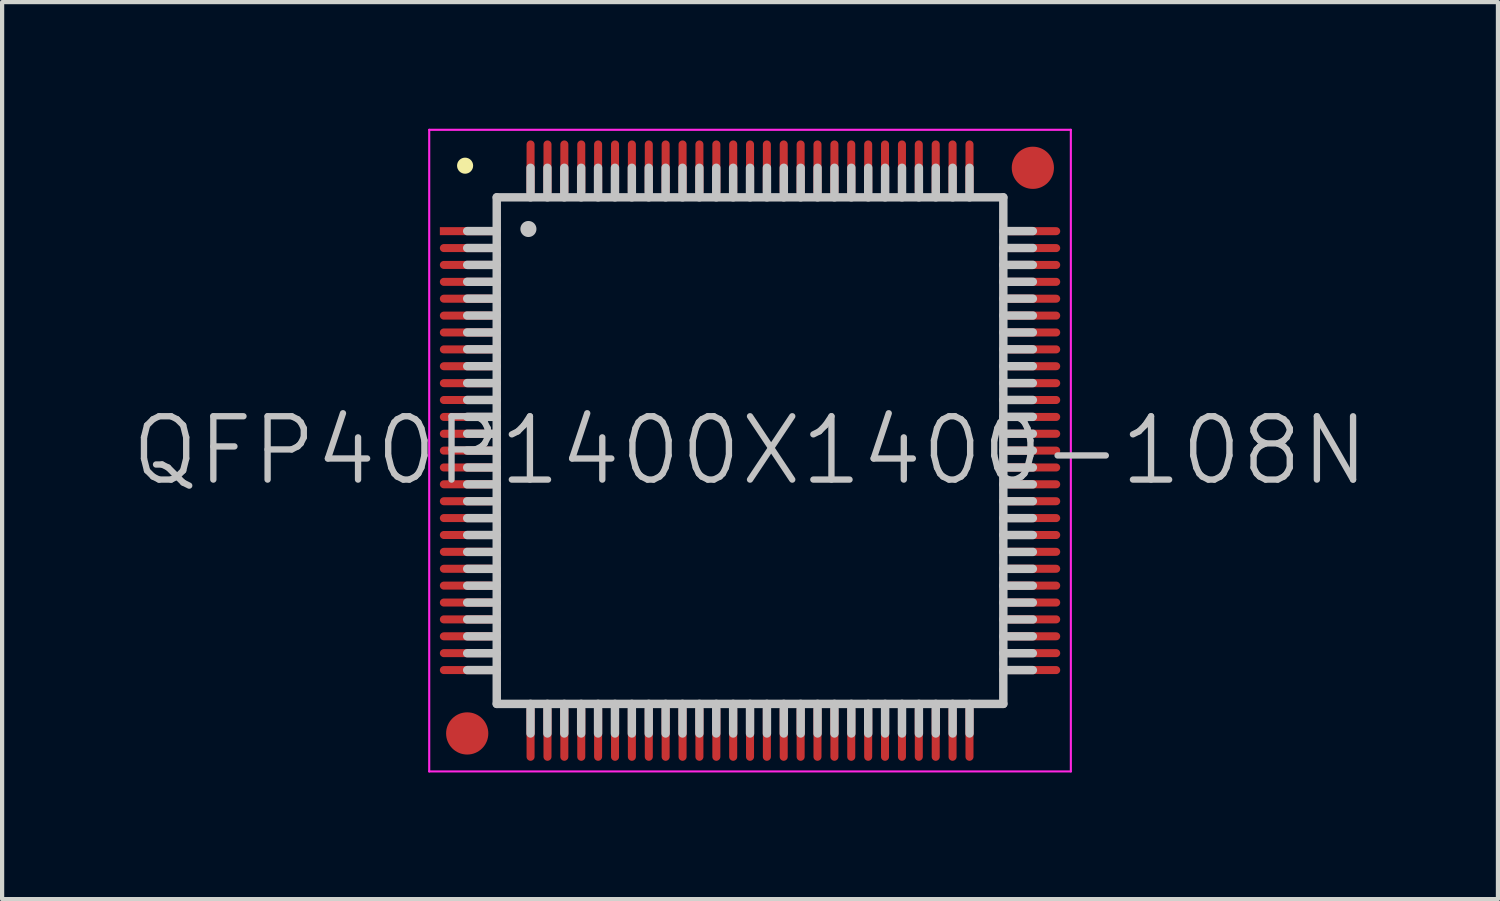
<source format=kicad_pcb>
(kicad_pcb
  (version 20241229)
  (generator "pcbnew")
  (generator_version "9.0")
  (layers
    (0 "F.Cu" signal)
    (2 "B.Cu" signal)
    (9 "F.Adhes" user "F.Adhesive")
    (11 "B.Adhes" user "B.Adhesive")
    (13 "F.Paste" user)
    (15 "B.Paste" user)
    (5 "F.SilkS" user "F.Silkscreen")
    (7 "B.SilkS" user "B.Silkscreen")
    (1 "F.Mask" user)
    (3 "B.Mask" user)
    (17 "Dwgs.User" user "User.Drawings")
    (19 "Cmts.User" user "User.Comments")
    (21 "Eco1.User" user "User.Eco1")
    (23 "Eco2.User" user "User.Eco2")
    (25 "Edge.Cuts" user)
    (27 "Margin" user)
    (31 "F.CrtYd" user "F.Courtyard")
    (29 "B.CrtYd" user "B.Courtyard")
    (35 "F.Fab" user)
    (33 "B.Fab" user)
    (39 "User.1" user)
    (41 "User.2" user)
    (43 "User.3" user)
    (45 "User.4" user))
  (footprint "QFP40P1400X1400-108N"
    (layer "F.Cu")
    (at 14.718 7.625)
    (property "Reference" "QFP40P1400X1400-108N" (at 0 0 0) (layer "Dwgs.User") (effects (font (size 1.5 1.5) (thickness 0.15))))
    (attr smd)
    (fp_line (start -6.75 -6.75) (end -6.75 -6.75) (stroke (width 0.381) (type solid)) (layer "F.SilkS"))
    (fp_line (start -6 -6) (end -6 6) (stroke (width 0.2) (type solid)) (layer "Dwgs.User"))
    (fp_line (start -6 -6) (end 6 -6) (stroke (width 0.2) (type solid)) (layer "Dwgs.User"))
    (fp_line (start -6 -5.2) (end -6.7 -5.2) (stroke (width 0.2) (type solid)) (layer "Dwgs.User"))
    (fp_line (start -6 -4.8) (end -6.7 -4.8) (stroke (width 0.2) (type solid)) (layer "Dwgs.User"))
    (fp_line (start -6 -4.4) (end -6.7 -4.4) (stroke (width 0.2) (type solid)) (layer "Dwgs.User"))
    (fp_line (start -6 -4) (end -6.7 -4) (stroke (width 0.2) (type solid)) (layer "Dwgs.User"))
    (fp_line (start -6 -3.6) (end -6.7 -3.6) (stroke (width 0.2) (type solid)) (layer "Dwgs.User"))
    (fp_line (start -6 -3.2) (end -6.7 -3.2) (stroke (width 0.2) (type solid)) (layer "Dwgs.User"))
    (fp_line (start -6 -2.8) (end -6.7 -2.8) (stroke (width 0.2) (type solid)) (layer "Dwgs.User"))
    (fp_line (start -6 -2.4) (end -6.7 -2.4) (stroke (width 0.2) (type solid)) (layer "Dwgs.User"))
    (fp_line (start -6 -2) (end -6.7 -2) (stroke (width 0.2) (type solid)) (layer "Dwgs.User"))
    (fp_line (start -6 -1.6) (end -6.7 -1.6) (stroke (width 0.2) (type solid)) (layer "Dwgs.User"))
    (fp_line (start -6 -1.2) (end -6.7 -1.2) (stroke (width 0.2) (type solid)) (layer "Dwgs.User"))
    (fp_line (start -6 -0.8) (end -6.7 -0.8) (stroke (width 0.2) (type solid)) (layer "Dwgs.User"))
    (fp_line (start -6 -0.4) (end -6.7 -0.4) (stroke (width 0.2) (type solid)) (layer "Dwgs.User"))
    (fp_line (start -6 0) (end -6.7 0) (stroke (width 0.2) (type solid)) (layer "Dwgs.User"))
    (fp_line (start -6 0.4) (end -6.7 0.4) (stroke (width 0.2) (type solid)) (layer "Dwgs.User"))
    (fp_line (start -6 0.8) (end -6.7 0.8) (stroke (width 0.2) (type solid)) (layer "Dwgs.User"))
    (fp_line (start -6 1.2) (end -6.7 1.2) (stroke (width 0.2) (type solid)) (layer "Dwgs.User"))
    (fp_line (start -6 1.6) (end -6.7 1.6) (stroke (width 0.2) (type solid)) (layer "Dwgs.User"))
    (fp_line (start -6 2) (end -6.7 2) (stroke (width 0.2) (type solid)) (layer "Dwgs.User"))
    (fp_line (start -6 2.4) (end -6.7 2.4) (stroke (width 0.2) (type solid)) (layer "Dwgs.User"))
    (fp_line (start -6 2.8) (end -6.7 2.8) (stroke (width 0.2) (type solid)) (layer "Dwgs.User"))
    (fp_line (start -6 3.2) (end -6.7 3.2) (stroke (width 0.2) (type solid)) (layer "Dwgs.User"))
    (fp_line (start -6 3.6) (end -6.7 3.6) (stroke (width 0.2) (type solid)) (layer "Dwgs.User"))
    (fp_line (start -6 4) (end -6.7 4) (stroke (width 0.2) (type solid)) (layer "Dwgs.User"))
    (fp_line (start -6 4.4) (end -6.7 4.4) (stroke (width 0.2) (type solid)) (layer "Dwgs.User"))
    (fp_line (start -6 4.8) (end -6.7 4.8) (stroke (width 0.2) (type solid)) (layer "Dwgs.User"))
    (fp_line (start -6 5.2) (end -6.7 5.2) (stroke (width 0.2) (type solid)) (layer "Dwgs.User"))
    (fp_line (start -6 6) (end 6 6) (stroke (width 0.2) (type solid)) (layer "Dwgs.User"))
    (fp_line (start -5.25 -5.25) (end -5.25 -5.25) (stroke (width 0.381) (type solid)) (layer "Dwgs.User"))
    (fp_line (start -5.2 -6) (end -5.2 -6.7) (stroke (width 0.2) (type solid)) (layer "Dwgs.User"))
    (fp_line (start -5.2 6.7) (end -5.2 6) (stroke (width 0.2) (type solid)) (layer "Dwgs.User"))
    (fp_line (start -4.8 -6) (end -4.8 -6.7) (stroke (width 0.2) (type solid)) (layer "Dwgs.User"))
    (fp_line (start -4.8 6.7) (end -4.8 6) (stroke (width 0.2) (type solid)) (layer "Dwgs.User"))
    (fp_line (start -4.4 -6) (end -4.4 -6.7) (stroke (width 0.2) (type solid)) (layer "Dwgs.User"))
    (fp_line (start -4.4 6.7) (end -4.4 6) (stroke (width 0.2) (type solid)) (layer "Dwgs.User"))
    (fp_line (start -4 -6) (end -4 -6.7) (stroke (width 0.2) (type solid)) (layer "Dwgs.User"))
    (fp_line (start -4 6.7) (end -4 6) (stroke (width 0.2) (type solid)) (layer "Dwgs.User"))
    (fp_line (start -3.6 -6) (end -3.6 -6.7) (stroke (width 0.2) (type solid)) (layer "Dwgs.User"))
    (fp_line (start -3.6 6.7) (end -3.6 6) (stroke (width 0.2) (type solid)) (layer "Dwgs.User"))
    (fp_line (start -3.2 -6) (end -3.2 -6.7) (stroke (width 0.2) (type solid)) (layer "Dwgs.User"))
    (fp_line (start -3.2 6.7) (end -3.2 6) (stroke (width 0.2) (type solid)) (layer "Dwgs.User"))
    (fp_line (start -2.8 -6) (end -2.8 -6.7) (stroke (width 0.2) (type solid)) (layer "Dwgs.User"))
    (fp_line (start -2.8 6.7) (end -2.8 6) (stroke (width 0.2) (type solid)) (layer "Dwgs.User"))
    (fp_line (start -2.4 -6) (end -2.4 -6.7) (stroke (width 0.2) (type solid)) (layer "Dwgs.User"))
    (fp_line (start -2.4 6.7) (end -2.4 6) (stroke (width 0.2) (type solid)) (layer "Dwgs.User"))
    (fp_line (start -2 -6) (end -2 -6.7) (stroke (width 0.2) (type solid)) (layer "Dwgs.User"))
    (fp_line (start -2 6.7) (end -2 6) (stroke (width 0.2) (type solid)) (layer "Dwgs.User"))
    (fp_line (start -1.6 -6) (end -1.6 -6.7) (stroke (width 0.2) (type solid)) (layer "Dwgs.User"))
    (fp_line (start -1.6 6.7) (end -1.6 6) (stroke (width 0.2) (type solid)) (layer "Dwgs.User"))
    (fp_line (start -1.2 -6) (end -1.2 -6.7) (stroke (width 0.2) (type solid)) (layer "Dwgs.User"))
    (fp_line (start -1.2 6.7) (end -1.2 6) (stroke (width 0.2) (type solid)) (layer "Dwgs.User"))
    (fp_line (start -0.8 -6) (end -0.8 -6.7) (stroke (width 0.2) (type solid)) (layer "Dwgs.User"))
    (fp_line (start -0.8 6.7) (end -0.8 6) (stroke (width 0.2) (type solid)) (layer "Dwgs.User"))
    (fp_line (start -0.4 -6) (end -0.4 -6.7) (stroke (width 0.2) (type solid)) (layer "Dwgs.User"))
    (fp_line (start -0.4 6.7) (end -0.4 6) (stroke (width 0.2) (type solid)) (layer "Dwgs.User"))
    (fp_line (start 0 -6) (end 0 -6.7) (stroke (width 0.2) (type solid)) (layer "Dwgs.User"))
    (fp_line (start 0 6.7) (end 0 6) (stroke (width 0.2) (type solid)) (layer "Dwgs.User"))
    (fp_line (start 0.4 -6) (end 0.4 -6.7) (stroke (width 0.2) (type solid)) (layer "Dwgs.User"))
    (fp_line (start 0.4 6.7) (end 0.4 6) (stroke (width 0.2) (type solid)) (layer "Dwgs.User"))
    (fp_line (start 0.8 -6) (end 0.8 -6.7) (stroke (width 0.2) (type solid)) (layer "Dwgs.User"))
    (fp_line (start 0.8 6.7) (end 0.8 6) (stroke (width 0.2) (type solid)) (layer "Dwgs.User"))
    (fp_line (start 1.2 -6) (end 1.2 -6.7) (stroke (width 0.2) (type solid)) (layer "Dwgs.User"))
    (fp_line (start 1.2 6.7) (end 1.2 6) (stroke (width 0.2) (type solid)) (layer "Dwgs.User"))
    (fp_line (start 1.6 -6) (end 1.6 -6.7) (stroke (width 0.2) (type solid)) (layer "Dwgs.User"))
    (fp_line (start 1.6 6.7) (end 1.6 6) (stroke (width 0.2) (type solid)) (layer "Dwgs.User"))
    (fp_line (start 2 -6) (end 2 -6.7) (stroke (width 0.2) (type solid)) (layer "Dwgs.User"))
    (fp_line (start 2 6.7) (end 2 6) (stroke (width 0.2) (type solid)) (layer "Dwgs.User"))
    (fp_line (start 2.4 -6) (end 2.4 -6.7) (stroke (width 0.2) (type solid)) (layer "Dwgs.User"))
    (fp_line (start 2.4 6.7) (end 2.4 6) (stroke (width 0.2) (type solid)) (layer "Dwgs.User"))
    (fp_line (start 2.8 -6) (end 2.8 -6.7) (stroke (width 0.2) (type solid)) (layer "Dwgs.User"))
    (fp_line (start 2.8 6.7) (end 2.8 6) (stroke (width 0.2) (type solid)) (layer "Dwgs.User"))
    (fp_line (start 3.2 -6) (end 3.2 -6.7) (stroke (width 0.2) (type solid)) (layer "Dwgs.User"))
    (fp_line (start 3.2 6.7) (end 3.2 6) (stroke (width 0.2) (type solid)) (layer "Dwgs.User"))
    (fp_line (start 3.6 -6) (end 3.6 -6.7) (stroke (width 0.2) (type solid)) (layer "Dwgs.User"))
    (fp_line (start 3.6 6.7) (end 3.6 6) (stroke (width 0.2) (type solid)) (layer "Dwgs.User"))
    (fp_line (start 4 -6) (end 4 -6.7) (stroke (width 0.2) (type solid)) (layer "Dwgs.User"))
    (fp_line (start 4 6.7) (end 4 6) (stroke (width 0.2) (type solid)) (layer "Dwgs.User"))
    (fp_line (start 4.4 -6) (end 4.4 -6.7) (stroke (width 0.2) (type solid)) (layer "Dwgs.User"))
    (fp_line (start 4.4 6.7) (end 4.4 6) (stroke (width 0.2) (type solid)) (layer "Dwgs.User"))
    (fp_line (start 4.8 -6) (end 4.8 -6.7) (stroke (width 0.2) (type solid)) (layer "Dwgs.User"))
    (fp_line (start 4.8 6.7) (end 4.8 6) (stroke (width 0.2) (type solid)) (layer "Dwgs.User"))
    (fp_line (start 5.2 -6) (end 5.2 -6.7) (stroke (width 0.2) (type solid)) (layer "Dwgs.User"))
    (fp_line (start 5.2 6.7) (end 5.2 6) (stroke (width 0.2) (type solid)) (layer "Dwgs.User"))
    (fp_line (start 6 -6) (end 6 6) (stroke (width 0.2) (type solid)) (layer "Dwgs.User"))
    (fp_line (start 6.7 -5.2) (end 6 -5.2) (stroke (width 0.2) (type solid)) (layer "Dwgs.User"))
    (fp_line (start 6.7 -4.8) (end 6 -4.8) (stroke (width 0.2) (type solid)) (layer "Dwgs.User"))
    (fp_line (start 6.7 -4.4) (end 6 -4.4) (stroke (width 0.2) (type solid)) (layer "Dwgs.User"))
    (fp_line (start 6.7 -4) (end 6 -4) (stroke (width 0.2) (type solid)) (layer "Dwgs.User"))
    (fp_line (start 6.7 -3.6) (end 6 -3.6) (stroke (width 0.2) (type solid)) (layer "Dwgs.User"))
    (fp_line (start 6.7 -3.2) (end 6 -3.2) (stroke (width 0.2) (type solid)) (layer "Dwgs.User"))
    (fp_line (start 6.7 -2.8) (end 6 -2.8) (stroke (width 0.2) (type solid)) (layer "Dwgs.User"))
    (fp_line (start 6.7 -2.4) (end 6 -2.4) (stroke (width 0.2) (type solid)) (layer "Dwgs.User"))
    (fp_line (start 6.7 -2) (end 6 -2) (stroke (width 0.2) (type solid)) (layer "Dwgs.User"))
    (fp_line (start 6.7 -1.6) (end 6 -1.6) (stroke (width 0.2) (type solid)) (layer "Dwgs.User"))
    (fp_line (start 6.7 -1.2) (end 6 -1.2) (stroke (width 0.2) (type solid)) (layer "Dwgs.User"))
    (fp_line (start 6.7 -0.8) (end 6 -0.8) (stroke (width 0.2) (type solid)) (layer "Dwgs.User"))
    (fp_line (start 6.7 -0.4) (end 6 -0.4) (stroke (width 0.2) (type solid)) (layer "Dwgs.User"))
    (fp_line (start 6.7 0) (end 6 0) (stroke (width 0.2) (type solid)) (layer "Dwgs.User"))
    (fp_line (start 6.7 0.4) (end 6 0.4) (stroke (width 0.2) (type solid)) (layer "Dwgs.User"))
    (fp_line (start 6.7 0.8) (end 6 0.8) (stroke (width 0.2) (type solid)) (layer "Dwgs.User"))
    (fp_line (start 6.7 1.2) (end 6 1.2) (stroke (width 0.2) (type solid)) (layer "Dwgs.User"))
    (fp_line (start 6.7 1.6) (end 6 1.6) (stroke (width 0.2) (type solid)) (layer "Dwgs.User"))
    (fp_line (start 6.7 2) (end 6 2) (stroke (width 0.2) (type solid)) (layer "Dwgs.User"))
    (fp_line (start 6.7 2.4) (end 6 2.4) (stroke (width 0.2) (type solid)) (layer "Dwgs.User"))
    (fp_line (start 6.7 2.8) (end 6 2.8) (stroke (width 0.2) (type solid)) (layer "Dwgs.User"))
    (fp_line (start 6.7 3.2) (end 6 3.2) (stroke (width 0.2) (type solid)) (layer "Dwgs.User"))
    (fp_line (start 6.7 3.6) (end 6 3.6) (stroke (width 0.2) (type solid)) (layer "Dwgs.User"))
    (fp_line (start 6.7 4) (end 6 4) (stroke (width 0.2) (type solid)) (layer "Dwgs.User"))
    (fp_line (start 6.7 4.4) (end 6 4.4) (stroke (width 0.2) (type solid)) (layer "Dwgs.User"))
    (fp_line (start 6.7 4.8) (end 6 4.8) (stroke (width 0.2) (type solid)) (layer "Dwgs.User"))
    (fp_line (start 6.7 5.2) (end 6 5.2) (stroke (width 0.2) (type solid)) (layer "Dwgs.User"))
    (fp_line (start -7.6 -7.6) (end -7.6 7.6) (stroke (width 0.05) (type solid)) (layer "F.CrtYd"))
    (fp_line (start -7.6 -7.6) (end 7.6 -7.6) (stroke (width 0.05) (type solid)) (layer "F.CrtYd"))
    (fp_line (start -7.6 7.6) (end 7.6 7.6) (stroke (width 0.05) (type solid)) (layer "F.CrtYd"))
    (fp_line (start 7.6 -7.6) (end 7.6 7.6) (stroke (width 0.05) (type solid)) (layer "F.CrtYd"))
    (pad "" smd circle (at -6.7 6.7) (size 1 1) (layers "F.Cu" "F.Mask"))
    (pad "" smd circle (at 6.7 -6.7) (size 1 1) (layers "F.Cu" "F.Mask"))
    (pad "1" smd rect (at -6.698 -5.199 90) (size 0.19 1.3) (layers "F.Cu" "F.Mask" "F.Paste"))
    (pad "2" smd oval (at -6.698 -4.798 90) (size 0.19 1.3) (layers "F.Cu" "F.Mask" "F.Paste"))
    (pad "3" smd oval (at -6.698 -4.399 90) (size 0.19 1.3) (layers "F.Cu" "F.Mask" "F.Paste"))
    (pad "4" smd oval (at -6.698 -3.998 90) (size 0.19 1.3) (layers "F.Cu" "F.Mask" "F.Paste"))
    (pad "5" smd oval (at -6.698 -3.599 90) (size 0.19 1.3) (layers "F.Cu" "F.Mask" "F.Paste"))
    (pad "6" smd oval (at -6.698 -3.198 90) (size 0.19 1.3) (layers "F.Cu" "F.Mask" "F.Paste"))
    (pad "7" smd oval (at -6.698 -2.799 90) (size 0.19 1.3) (layers "F.Cu" "F.Mask" "F.Paste"))
    (pad "8" smd oval (at -6.698 -2.398 90) (size 0.19 1.3) (layers "F.Cu" "F.Mask" "F.Paste"))
    (pad "9" smd oval (at -6.698 -1.999 90) (size 0.19 1.3) (layers "F.Cu" "F.Mask" "F.Paste"))
    (pad "10" smd oval (at -6.698 -1.598 90) (size 0.19 1.3) (layers "F.Cu" "F.Mask" "F.Paste"))
    (pad "11" smd oval (at -6.698 -1.199 90) (size 0.19 1.3) (layers "F.Cu" "F.Mask" "F.Paste"))
    (pad "12" smd oval (at -6.698 -0.798 90) (size 0.19 1.3) (layers "F.Cu" "F.Mask" "F.Paste"))
    (pad "13" smd oval (at -6.698 -0.399 90) (size 0.19 1.3) (layers "F.Cu" "F.Mask" "F.Paste"))
    (pad "14" smd oval (at -6.698 0 90) (size 0.19 1.3) (layers "F.Cu" "F.Mask" "F.Paste"))
    (pad "15" smd oval (at -6.698 0.399 90) (size 0.19 1.3) (layers "F.Cu" "F.Mask" "F.Paste"))
    (pad "16" smd oval (at -6.698 0.798 90) (size 0.19 1.3) (layers "F.Cu" "F.Mask" "F.Paste"))
    (pad "17" smd oval (at -6.698 1.199 90) (size 0.19 1.3) (layers "F.Cu" "F.Mask" "F.Paste"))
    (pad "18" smd oval (at -6.698 1.598 90) (size 0.19 1.3) (layers "F.Cu" "F.Mask" "F.Paste"))
    (pad "19" smd oval (at -6.698 1.999 90) (size 0.19 1.3) (layers "F.Cu" "F.Mask" "F.Paste"))
    (pad "20" smd oval (at -6.698 2.398 90) (size 0.19 1.3) (layers "F.Cu" "F.Mask" "F.Paste"))
    (pad "21" smd oval (at -6.698 2.799 90) (size 0.19 1.3) (layers "F.Cu" "F.Mask" "F.Paste"))
    (pad "22" smd oval (at -6.698 3.198 90) (size 0.19 1.3) (layers "F.Cu" "F.Mask" "F.Paste"))
    (pad "23" smd oval (at -6.698 3.599 90) (size 0.19 1.3) (layers "F.Cu" "F.Mask" "F.Paste"))
    (pad "24" smd oval (at -6.698 3.998 90) (size 0.19 1.3) (layers "F.Cu" "F.Mask" "F.Paste"))
    (pad "25" smd oval (at -6.698 4.399 90) (size 0.19 1.3) (layers "F.Cu" "F.Mask" "F.Paste"))
    (pad "26" smd oval (at -6.698 4.798 90) (size 0.19 1.3) (layers "F.Cu" "F.Mask" "F.Paste"))
    (pad "27" smd oval (at -6.698 5.199 90) (size 0.19 1.3) (layers "F.Cu" "F.Mask" "F.Paste"))
    (pad "28" smd oval (at -5.199 6.698 180) (size 0.19 1.3) (layers "F.Cu" "F.Mask" "F.Paste"))
    (pad "29" smd oval (at -4.798 6.698 180) (size 0.19 1.3) (layers "F.Cu" "F.Mask" "F.Paste"))
    (pad "30" smd oval (at -4.399 6.698 180) (size 0.19 1.3) (layers "F.Cu" "F.Mask" "F.Paste"))
    (pad "31" smd oval (at -3.998 6.698 180) (size 0.19 1.3) (layers "F.Cu" "F.Mask" "F.Paste"))
    (pad "32" smd oval (at -3.599 6.698 180) (size 0.19 1.3) (layers "F.Cu" "F.Mask" "F.Paste"))
    (pad "33" smd oval (at -3.198 6.698 180) (size 0.19 1.3) (layers "F.Cu" "F.Mask" "F.Paste"))
    (pad "34" smd oval (at -2.799 6.698 180) (size 0.19 1.3) (layers "F.Cu" "F.Mask" "F.Paste"))
    (pad "35" smd oval (at -2.398 6.698 180) (size 0.19 1.3) (layers "F.Cu" "F.Mask" "F.Paste"))
    (pad "36" smd oval (at -1.999 6.698 180) (size 0.19 1.3) (layers "F.Cu" "F.Mask" "F.Paste"))
    (pad "37" smd oval (at -1.598 6.698 180) (size 0.19 1.3) (layers "F.Cu" "F.Mask" "F.Paste"))
    (pad "38" smd oval (at -1.199 6.698 180) (size 0.19 1.3) (layers "F.Cu" "F.Mask" "F.Paste"))
    (pad "39" smd oval (at -0.798 6.698 180) (size 0.19 1.3) (layers "F.Cu" "F.Mask" "F.Paste"))
    (pad "40" smd oval (at -0.399 6.698 180) (size 0.19 1.3) (layers "F.Cu" "F.Mask" "F.Paste"))
    (pad "41" smd oval (at 0 6.698 180) (size 0.19 1.3) (layers "F.Cu" "F.Mask" "F.Paste"))
    (pad "42" smd oval (at 0.399 6.698 180) (size 0.19 1.3) (layers "F.Cu" "F.Mask" "F.Paste"))
    (pad "43" smd oval (at 0.798 6.698 180) (size 0.19 1.3) (layers "F.Cu" "F.Mask" "F.Paste"))
    (pad "44" smd oval (at 1.199 6.698 180) (size 0.19 1.3) (layers "F.Cu" "F.Mask" "F.Paste"))
    (pad "45" smd oval (at 1.598 6.698 180) (size 0.19 1.3) (layers "F.Cu" "F.Mask" "F.Paste"))
    (pad "46" smd oval (at 1.999 6.698 180) (size 0.19 1.3) (layers "F.Cu" "F.Mask" "F.Paste"))
    (pad "47" smd oval (at 2.398 6.698 180) (size 0.19 1.3) (layers "F.Cu" "F.Mask" "F.Paste"))
    (pad "48" smd oval (at 2.799 6.698 180) (size 0.19 1.3) (layers "F.Cu" "F.Mask" "F.Paste"))
    (pad "49" smd oval (at 3.198 6.698 180) (size 0.19 1.3) (layers "F.Cu" "F.Mask" "F.Paste"))
    (pad "50" smd oval (at 3.599 6.698 180) (size 0.19 1.3) (layers "F.Cu" "F.Mask" "F.Paste"))
    (pad "51" smd oval (at 3.998 6.698 180) (size 0.19 1.3) (layers "F.Cu" "F.Mask" "F.Paste"))
    (pad "52" smd oval (at 4.399 6.698 180) (size 0.19 1.3) (layers "F.Cu" "F.Mask" "F.Paste"))
    (pad "53" smd oval (at 4.798 6.698 180) (size 0.19 1.3) (layers "F.Cu" "F.Mask" "F.Paste"))
    (pad "54" smd oval (at 5.199 6.698 180) (size 0.19 1.3) (layers "F.Cu" "F.Mask" "F.Paste"))
    (pad "55" smd oval (at 6.698 5.199 270) (size 0.19 1.3) (layers "F.Cu" "F.Mask" "F.Paste"))
    (pad "56" smd oval (at 6.698 4.798 270) (size 0.19 1.3) (layers "F.Cu" "F.Mask" "F.Paste"))
    (pad "57" smd oval (at 6.698 4.399 270) (size 0.19 1.3) (layers "F.Cu" "F.Mask" "F.Paste"))
    (pad "58" smd oval (at 6.698 3.998 270) (size 0.19 1.3) (layers "F.Cu" "F.Mask" "F.Paste"))
    (pad "59" smd oval (at 6.698 3.599 270) (size 0.19 1.3) (layers "F.Cu" "F.Mask" "F.Paste"))
    (pad "60" smd oval (at 6.698 3.198 270) (size 0.19 1.3) (layers "F.Cu" "F.Mask" "F.Paste"))
    (pad "61" smd oval (at 6.698 2.799 270) (size 0.19 1.3) (layers "F.Cu" "F.Mask" "F.Paste"))
    (pad "62" smd oval (at 6.698 2.398 270) (size 0.19 1.3) (layers "F.Cu" "F.Mask" "F.Paste"))
    (pad "63" smd oval (at 6.698 1.999 270) (size 0.19 1.3) (layers "F.Cu" "F.Mask" "F.Paste"))
    (pad "64" smd oval (at 6.698 1.598 270) (size 0.19 1.3) (layers "F.Cu" "F.Mask" "F.Paste"))
    (pad "65" smd oval (at 6.698 1.199 270) (size 0.19 1.3) (layers "F.Cu" "F.Mask" "F.Paste"))
    (pad "66" smd oval (at 6.698 0.798 270) (size 0.19 1.3) (layers "F.Cu" "F.Mask" "F.Paste"))
    (pad "67" smd oval (at 6.698 0.399 270) (size 0.19 1.3) (layers "F.Cu" "F.Mask" "F.Paste"))
    (pad "68" smd oval (at 6.698 0 270) (size 0.19 1.3) (layers "F.Cu" "F.Mask" "F.Paste"))
    (pad "69" smd oval (at 6.698 -0.399 270) (size 0.19 1.3) (layers "F.Cu" "F.Mask" "F.Paste"))
    (pad "70" smd oval (at 6.698 -0.798 270) (size 0.19 1.3) (layers "F.Cu" "F.Mask" "F.Paste"))
    (pad "71" smd oval (at 6.698 -1.199 270) (size 0.19 1.3) (layers "F.Cu" "F.Mask" "F.Paste"))
    (pad "72" smd oval (at 6.698 -1.598 270) (size 0.19 1.3) (layers "F.Cu" "F.Mask" "F.Paste"))
    (pad "73" smd oval (at 6.698 -1.999 270) (size 0.19 1.3) (layers "F.Cu" "F.Mask" "F.Paste"))
    (pad "74" smd oval (at 6.698 -2.398 270) (size 0.19 1.3) (layers "F.Cu" "F.Mask" "F.Paste"))
    (pad "75" smd oval (at 6.698 -2.799 270) (size 0.19 1.3) (layers "F.Cu" "F.Mask" "F.Paste"))
    (pad "76" smd oval (at 6.698 -3.198 270) (size 0.19 1.3) (layers "F.Cu" "F.Mask" "F.Paste"))
    (pad "77" smd oval (at 6.698 -3.599 270) (size 0.19 1.3) (layers "F.Cu" "F.Mask" "F.Paste"))
    (pad "78" smd oval (at 6.698 -3.998 270) (size 0.19 1.3) (layers "F.Cu" "F.Mask" "F.Paste"))
    (pad "79" smd oval (at 6.698 -4.399 270) (size 0.19 1.3) (layers "F.Cu" "F.Mask" "F.Paste"))
    (pad "80" smd oval (at 6.698 -4.798 270) (size 0.19 1.3) (layers "F.Cu" "F.Mask" "F.Paste"))
    (pad "81" smd oval (at 6.698 -5.199 270) (size 0.19 1.3) (layers "F.Cu" "F.Mask" "F.Paste"))
    (pad "82" smd oval (at 5.199 -6.698) (size 0.19 1.3) (layers "F.Cu" "F.Mask" "F.Paste"))
    (pad "83" smd oval (at 4.798 -6.698) (size 0.19 1.3) (layers "F.Cu" "F.Mask" "F.Paste"))
    (pad "84" smd oval (at 4.399 -6.698) (size 0.19 1.3) (layers "F.Cu" "F.Mask" "F.Paste"))
    (pad "85" smd oval (at 3.998 -6.698) (size 0.19 1.3) (layers "F.Cu" "F.Mask" "F.Paste"))
    (pad "86" smd oval (at 3.599 -6.698) (size 0.19 1.3) (layers "F.Cu" "F.Mask" "F.Paste"))
    (pad "87" smd oval (at 3.198 -6.698) (size 0.19 1.3) (layers "F.Cu" "F.Mask" "F.Paste"))
    (pad "88" smd oval (at 2.799 -6.698) (size 0.19 1.3) (layers "F.Cu" "F.Mask" "F.Paste"))
    (pad "89" smd oval (at 2.398 -6.698) (size 0.19 1.3) (layers "F.Cu" "F.Mask" "F.Paste"))
    (pad "90" smd oval (at 1.999 -6.698) (size 0.19 1.3) (layers "F.Cu" "F.Mask" "F.Paste"))
    (pad "91" smd oval (at 1.598 -6.698) (size 0.19 1.3) (layers "F.Cu" "F.Mask" "F.Paste"))
    (pad "92" smd oval (at 1.199 -6.698) (size 0.19 1.3) (layers "F.Cu" "F.Mask" "F.Paste"))
    (pad "93" smd oval (at 0.798 -6.698) (size 0.19 1.3) (layers "F.Cu" "F.Mask" "F.Paste"))
    (pad "94" smd oval (at 0.399 -6.698) (size 0.19 1.3) (layers "F.Cu" "F.Mask" "F.Paste"))
    (pad "95" smd oval (at 0 -6.698) (size 0.19 1.3) (layers "F.Cu" "F.Mask" "F.Paste"))
    (pad "96" smd oval (at -0.399 -6.698) (size 0.19 1.3) (layers "F.Cu" "F.Mask" "F.Paste"))
    (pad "97" smd oval (at -0.798 -6.698) (size 0.19 1.3) (layers "F.Cu" "F.Mask" "F.Paste"))
    (pad "98" smd oval (at -1.199 -6.698) (size 0.19 1.3) (layers "F.Cu" "F.Mask" "F.Paste"))
    (pad "99" smd oval (at -1.598 -6.698) (size 0.19 1.3) (layers "F.Cu" "F.Mask" "F.Paste"))
    (pad "100" smd oval (at -1.999 -6.698) (size 0.19 1.3) (layers "F.Cu" "F.Mask" "F.Paste"))
    (pad "101" smd oval (at -2.398 -6.698) (size 0.19 1.3) (layers "F.Cu" "F.Mask" "F.Paste"))
    (pad "102" smd oval (at -2.799 -6.698) (size 0.19 1.3) (layers "F.Cu" "F.Mask" "F.Paste"))
    (pad "103" smd oval (at -3.198 -6.698) (size 0.19 1.3) (layers "F.Cu" "F.Mask" "F.Paste"))
    (pad "104" smd oval (at -3.599 -6.698) (size 0.19 1.3) (layers "F.Cu" "F.Mask" "F.Paste"))
    (pad "105" smd oval (at -3.998 -6.698) (size 0.19 1.3) (layers "F.Cu" "F.Mask" "F.Paste"))
    (pad "106" smd oval (at -4.399 -6.698) (size 0.19 1.3) (layers "F.Cu" "F.Mask" "F.Paste"))
    (pad "107" smd oval (at -4.798 -6.698) (size 0.19 1.3) (layers "F.Cu" "F.Mask" "F.Paste"))
    (pad "108" smd oval (at -5.199 -6.698) (size 0.19 1.3) (layers "F.Cu" "F.Mask" "F.Paste")))
  (gr_rect
    (start -3 -3)
    (end 32.436 18.25)
    (stroke (width 0.1) (type default))
    (fill no)
    (layer "Edge.Cuts")))
</source>
